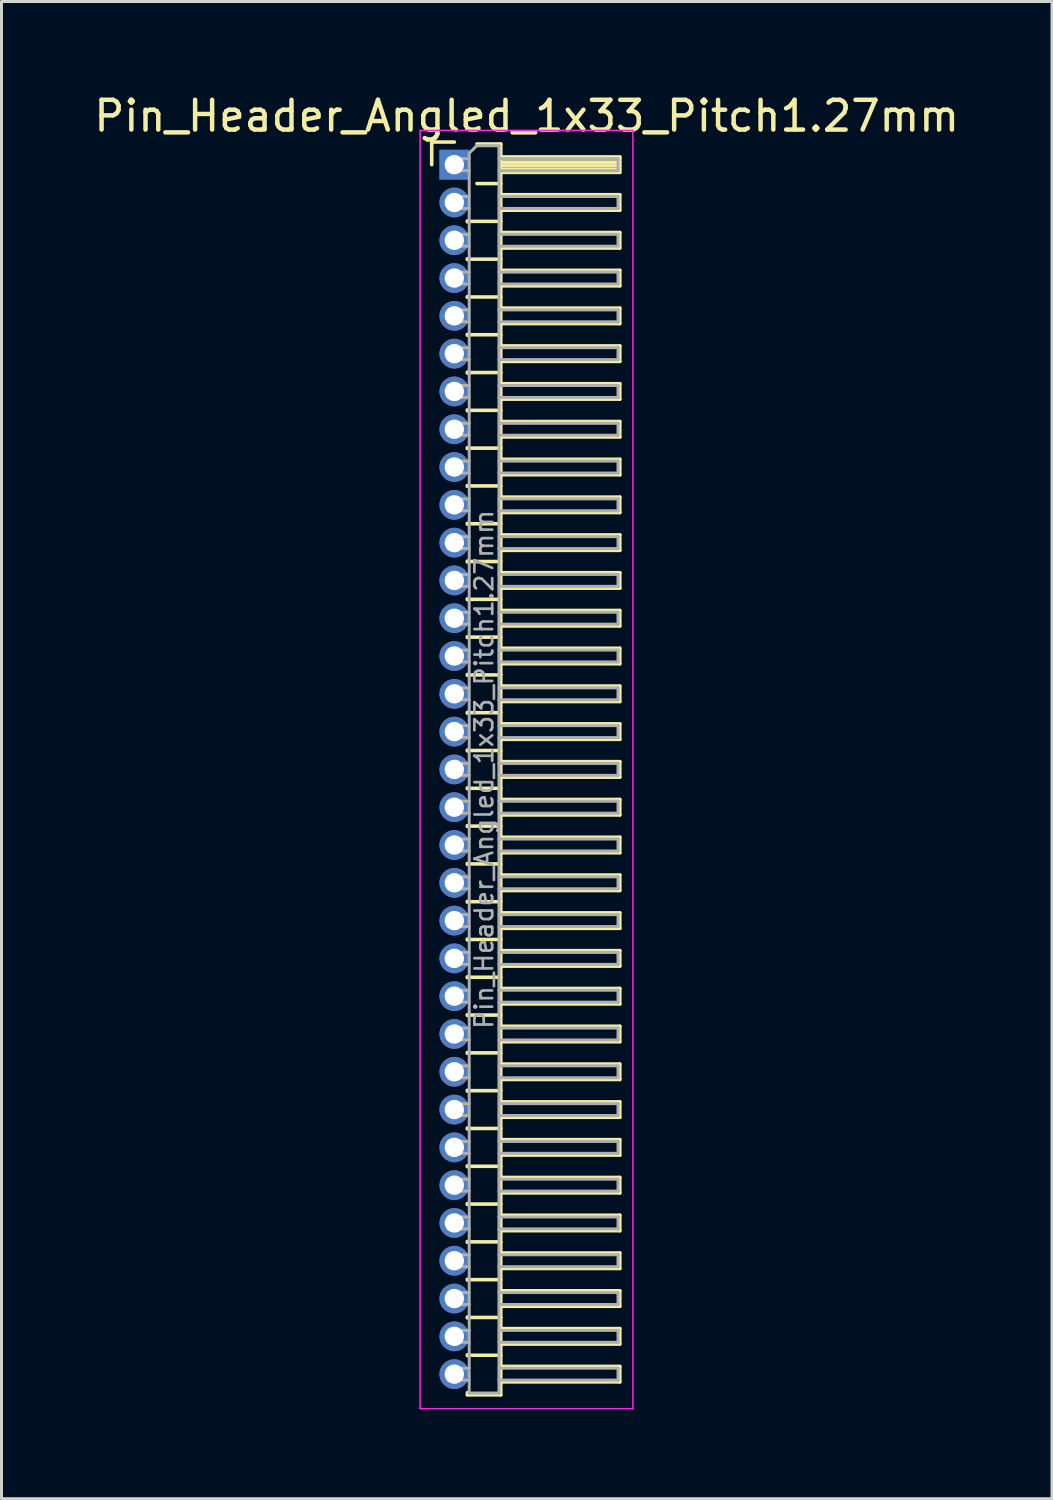
<source format=kicad_pcb>
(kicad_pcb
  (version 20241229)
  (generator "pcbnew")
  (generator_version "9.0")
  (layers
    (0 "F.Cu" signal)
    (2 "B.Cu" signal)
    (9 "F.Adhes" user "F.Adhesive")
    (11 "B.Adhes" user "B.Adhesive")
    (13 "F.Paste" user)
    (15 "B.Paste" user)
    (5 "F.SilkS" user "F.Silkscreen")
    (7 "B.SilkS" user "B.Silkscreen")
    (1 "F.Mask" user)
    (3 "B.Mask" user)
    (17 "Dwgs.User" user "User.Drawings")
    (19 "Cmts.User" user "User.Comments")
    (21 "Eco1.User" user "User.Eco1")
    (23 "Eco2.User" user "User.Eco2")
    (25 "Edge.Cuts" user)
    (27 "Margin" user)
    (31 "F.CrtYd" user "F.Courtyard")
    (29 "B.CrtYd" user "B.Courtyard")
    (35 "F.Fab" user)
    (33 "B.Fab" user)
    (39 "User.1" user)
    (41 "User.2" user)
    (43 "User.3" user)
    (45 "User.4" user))
  (footprint "Pin_Header_Angled_1x33_Pitch1.27mm"
    (layer "F.Cu")
    (at 12.216 2.483)
    (property "Reference" "Pin_Header_Angled_1x33_Pitch1.27mm" (at 2.433 -1.635 0) (layer "F.SilkS") (effects (font (size 1 1) (thickness 0.15))))
    (attr through_hole)
    (fp_line (start -0.76 -0.76) (end 0 -0.76) (stroke (width 0.12) (type solid)) (layer "F.SilkS"))
    (fp_line (start -0.76 0) (end -0.76 -0.76) (stroke (width 0.12) (type solid)) (layer "F.SilkS"))
    (fp_line (start 0.44 1.89) (end 0.44 1.92) (stroke (width 0.12) (type solid)) (layer "F.SilkS"))
    (fp_line (start 0.44 1.905) (end 1.56 1.905) (stroke (width 0.12) (type solid)) (layer "F.SilkS"))
    (fp_line (start 0.44 3.16) (end 0.44 3.19) (stroke (width 0.12) (type solid)) (layer "F.SilkS"))
    (fp_line (start 0.44 3.175) (end 1.56 3.175) (stroke (width 0.12) (type solid)) (layer "F.SilkS"))
    (fp_line (start 0.44 4.43) (end 0.44 4.46) (stroke (width 0.12) (type solid)) (layer "F.SilkS"))
    (fp_line (start 0.44 4.445) (end 1.56 4.445) (stroke (width 0.12) (type solid)) (layer "F.SilkS"))
    (fp_line (start 0.44 5.7) (end 0.44 5.73) (stroke (width 0.12) (type solid)) (layer "F.SilkS"))
    (fp_line (start 0.44 5.715) (end 1.56 5.715) (stroke (width 0.12) (type solid)) (layer "F.SilkS"))
    (fp_line (start 0.44 6.97) (end 0.44 7) (stroke (width 0.12) (type solid)) (layer "F.SilkS"))
    (fp_line (start 0.44 6.985) (end 1.56 6.985) (stroke (width 0.12) (type solid)) (layer "F.SilkS"))
    (fp_line (start 0.44 8.24) (end 0.44 8.27) (stroke (width 0.12) (type solid)) (layer "F.SilkS"))
    (fp_line (start 0.44 8.255) (end 1.56 8.255) (stroke (width 0.12) (type solid)) (layer "F.SilkS"))
    (fp_line (start 0.44 9.51) (end 0.44 9.54) (stroke (width 0.12) (type solid)) (layer "F.SilkS"))
    (fp_line (start 0.44 9.525) (end 1.56 9.525) (stroke (width 0.12) (type solid)) (layer "F.SilkS"))
    (fp_line (start 0.44 10.78) (end 0.44 10.81) (stroke (width 0.12) (type solid)) (layer "F.SilkS"))
    (fp_line (start 0.44 10.795) (end 1.56 10.795) (stroke (width 0.12) (type solid)) (layer "F.SilkS"))
    (fp_line (start 0.44 12.05) (end 0.44 12.08) (stroke (width 0.12) (type solid)) (layer "F.SilkS"))
    (fp_line (start 0.44 12.065) (end 1.56 12.065) (stroke (width 0.12) (type solid)) (layer "F.SilkS"))
    (fp_line (start 0.44 13.32) (end 0.44 13.35) (stroke (width 0.12) (type solid)) (layer "F.SilkS"))
    (fp_line (start 0.44 13.335) (end 1.56 13.335) (stroke (width 0.12) (type solid)) (layer "F.SilkS"))
    (fp_line (start 0.44 14.59) (end 0.44 14.62) (stroke (width 0.12) (type solid)) (layer "F.SilkS"))
    (fp_line (start 0.44 14.605) (end 1.56 14.605) (stroke (width 0.12) (type solid)) (layer "F.SilkS"))
    (fp_line (start 0.44 15.86) (end 0.44 15.89) (stroke (width 0.12) (type solid)) (layer "F.SilkS"))
    (fp_line (start 0.44 15.875) (end 1.56 15.875) (stroke (width 0.12) (type solid)) (layer "F.SilkS"))
    (fp_line (start 0.44 17.13) (end 0.44 17.16) (stroke (width 0.12) (type solid)) (layer "F.SilkS"))
    (fp_line (start 0.44 17.145) (end 1.56 17.145) (stroke (width 0.12) (type solid)) (layer "F.SilkS"))
    (fp_line (start 0.44 18.4) (end 0.44 18.43) (stroke (width 0.12) (type solid)) (layer "F.SilkS"))
    (fp_line (start 0.44 18.415) (end 1.56 18.415) (stroke (width 0.12) (type solid)) (layer "F.SilkS"))
    (fp_line (start 0.44 19.67) (end 0.44 19.7) (stroke (width 0.12) (type solid)) (layer "F.SilkS"))
    (fp_line (start 0.44 19.685) (end 1.56 19.685) (stroke (width 0.12) (type solid)) (layer "F.SilkS"))
    (fp_line (start 0.44 20.94) (end 0.44 20.97) (stroke (width 0.12) (type solid)) (layer "F.SilkS"))
    (fp_line (start 0.44 20.955) (end 1.56 20.955) (stroke (width 0.12) (type solid)) (layer "F.SilkS"))
    (fp_line (start 0.44 22.21) (end 0.44 22.24) (stroke (width 0.12) (type solid)) (layer "F.SilkS"))
    (fp_line (start 0.44 22.225) (end 1.56 22.225) (stroke (width 0.12) (type solid)) (layer "F.SilkS"))
    (fp_line (start 0.44 23.48) (end 0.44 23.51) (stroke (width 0.12) (type solid)) (layer "F.SilkS"))
    (fp_line (start 0.44 23.495) (end 1.56 23.495) (stroke (width 0.12) (type solid)) (layer "F.SilkS"))
    (fp_line (start 0.44 24.75) (end 0.44 24.78) (stroke (width 0.12) (type solid)) (layer "F.SilkS"))
    (fp_line (start 0.44 24.765) (end 1.56 24.765) (stroke (width 0.12) (type solid)) (layer "F.SilkS"))
    (fp_line (start 0.44 26.02) (end 0.44 26.05) (stroke (width 0.12) (type solid)) (layer "F.SilkS"))
    (fp_line (start 0.44 26.035) (end 1.56 26.035) (stroke (width 0.12) (type solid)) (layer "F.SilkS"))
    (fp_line (start 0.44 27.29) (end 0.44 27.32) (stroke (width 0.12) (type solid)) (layer "F.SilkS"))
    (fp_line (start 0.44 27.305) (end 1.56 27.305) (stroke (width 0.12) (type solid)) (layer "F.SilkS"))
    (fp_line (start 0.44 28.56) (end 0.44 28.59) (stroke (width 0.12) (type solid)) (layer "F.SilkS"))
    (fp_line (start 0.44 28.575) (end 1.56 28.575) (stroke (width 0.12) (type solid)) (layer "F.SilkS"))
    (fp_line (start 0.44 29.83) (end 0.44 29.86) (stroke (width 0.12) (type solid)) (layer "F.SilkS"))
    (fp_line (start 0.44 29.845) (end 1.56 29.845) (stroke (width 0.12) (type solid)) (layer "F.SilkS"))
    (fp_line (start 0.44 31.1) (end 0.44 31.13) (stroke (width 0.12) (type solid)) (layer "F.SilkS"))
    (fp_line (start 0.44 31.115) (end 1.56 31.115) (stroke (width 0.12) (type solid)) (layer "F.SilkS"))
    (fp_line (start 0.44 32.37) (end 0.44 32.4) (stroke (width 0.12) (type solid)) (layer "F.SilkS"))
    (fp_line (start 0.44 32.385) (end 1.56 32.385) (stroke (width 0.12) (type solid)) (layer "F.SilkS"))
    (fp_line (start 0.44 33.64) (end 0.44 33.67) (stroke (width 0.12) (type solid)) (layer "F.SilkS"))
    (fp_line (start 0.44 33.655) (end 1.56 33.655) (stroke (width 0.12) (type solid)) (layer "F.SilkS"))
    (fp_line (start 0.44 34.91) (end 0.44 34.94) (stroke (width 0.12) (type solid)) (layer "F.SilkS"))
    (fp_line (start 0.44 34.925) (end 1.56 34.925) (stroke (width 0.12) (type solid)) (layer "F.SilkS"))
    (fp_line (start 0.44 36.18) (end 0.44 36.21) (stroke (width 0.12) (type solid)) (layer "F.SilkS"))
    (fp_line (start 0.44 36.195) (end 1.56 36.195) (stroke (width 0.12) (type solid)) (layer "F.SilkS"))
    (fp_line (start 0.44 37.45) (end 0.44 37.48) (stroke (width 0.12) (type solid)) (layer "F.SilkS"))
    (fp_line (start 0.44 37.465) (end 1.56 37.465) (stroke (width 0.12) (type solid)) (layer "F.SilkS"))
    (fp_line (start 0.44 38.72) (end 0.44 38.75) (stroke (width 0.12) (type solid)) (layer "F.SilkS"))
    (fp_line (start 0.44 38.735) (end 1.56 38.735) (stroke (width 0.12) (type solid)) (layer "F.SilkS"))
    (fp_line (start 0.44 39.99) (end 0.44 40.02) (stroke (width 0.12) (type solid)) (layer "F.SilkS"))
    (fp_line (start 0.44 40.005) (end 1.56 40.005) (stroke (width 0.12) (type solid)) (layer "F.SilkS"))
    (fp_line (start 0.44 41.335) (end 0.44 41.26) (stroke (width 0.12) (type solid)) (layer "F.SilkS"))
    (fp_line (start 0.76 -0.695) (end 1.56 -0.695) (stroke (width 0.12) (type solid)) (layer "F.SilkS"))
    (fp_line (start 0.76 0.635) (end 1.56 0.635) (stroke (width 0.12) (type solid)) (layer "F.SilkS"))
    (fp_line (start 1.56 -0.695) (end 1.56 41.335) (stroke (width 0.12) (type solid)) (layer "F.SilkS"))
    (fp_line (start 1.56 -0.26) (end 5.56 -0.26) (stroke (width 0.12) (type solid)) (layer "F.SilkS"))
    (fp_line (start 1.56 -0.2) (end 5.56 -0.2) (stroke (width 0.12) (type solid)) (layer "F.SilkS"))
    (fp_line (start 1.56 -0.08) (end 5.56 -0.08) (stroke (width 0.12) (type solid)) (layer "F.SilkS"))
    (fp_line (start 1.56 0.04) (end 5.56 0.04) (stroke (width 0.12) (type solid)) (layer "F.SilkS"))
    (fp_line (start 1.56 0.16) (end 5.56 0.16) (stroke (width 0.12) (type solid)) (layer "F.SilkS"))
    (fp_line (start 1.56 1.01) (end 5.56 1.01) (stroke (width 0.12) (type solid)) (layer "F.SilkS"))
    (fp_line (start 1.56 2.28) (end 5.56 2.28) (stroke (width 0.12) (type solid)) (layer "F.SilkS"))
    (fp_line (start 1.56 3.55) (end 5.56 3.55) (stroke (width 0.12) (type solid)) (layer "F.SilkS"))
    (fp_line (start 1.56 4.82) (end 5.56 4.82) (stroke (width 0.12) (type solid)) (layer "F.SilkS"))
    (fp_line (start 1.56 6.09) (end 5.56 6.09) (stroke (width 0.12) (type solid)) (layer "F.SilkS"))
    (fp_line (start 1.56 7.36) (end 5.56 7.36) (stroke (width 0.12) (type solid)) (layer "F.SilkS"))
    (fp_line (start 1.56 8.63) (end 5.56 8.63) (stroke (width 0.12) (type solid)) (layer "F.SilkS"))
    (fp_line (start 1.56 9.9) (end 5.56 9.9) (stroke (width 0.12) (type solid)) (layer "F.SilkS"))
    (fp_line (start 1.56 11.17) (end 5.56 11.17) (stroke (width 0.12) (type solid)) (layer "F.SilkS"))
    (fp_line (start 1.56 12.44) (end 5.56 12.44) (stroke (width 0.12) (type solid)) (layer "F.SilkS"))
    (fp_line (start 1.56 13.71) (end 5.56 13.71) (stroke (width 0.12) (type solid)) (layer "F.SilkS"))
    (fp_line (start 1.56 14.98) (end 5.56 14.98) (stroke (width 0.12) (type solid)) (layer "F.SilkS"))
    (fp_line (start 1.56 16.25) (end 5.56 16.25) (stroke (width 0.12) (type solid)) (layer "F.SilkS"))
    (fp_line (start 1.56 17.52) (end 5.56 17.52) (stroke (width 0.12) (type solid)) (layer "F.SilkS"))
    (fp_line (start 1.56 18.79) (end 5.56 18.79) (stroke (width 0.12) (type solid)) (layer "F.SilkS"))
    (fp_line (start 1.56 20.06) (end 5.56 20.06) (stroke (width 0.12) (type solid)) (layer "F.SilkS"))
    (fp_line (start 1.56 21.33) (end 5.56 21.33) (stroke (width 0.12) (type solid)) (layer "F.SilkS"))
    (fp_line (start 1.56 22.6) (end 5.56 22.6) (stroke (width 0.12) (type solid)) (layer "F.SilkS"))
    (fp_line (start 1.56 23.87) (end 5.56 23.87) (stroke (width 0.12) (type solid)) (layer "F.SilkS"))
    (fp_line (start 1.56 25.14) (end 5.56 25.14) (stroke (width 0.12) (type solid)) (layer "F.SilkS"))
    (fp_line (start 1.56 26.41) (end 5.56 26.41) (stroke (width 0.12) (type solid)) (layer "F.SilkS"))
    (fp_line (start 1.56 27.68) (end 5.56 27.68) (stroke (width 0.12) (type solid)) (layer "F.SilkS"))
    (fp_line (start 1.56 28.95) (end 5.56 28.95) (stroke (width 0.12) (type solid)) (layer "F.SilkS"))
    (fp_line (start 1.56 30.22) (end 5.56 30.22) (stroke (width 0.12) (type solid)) (layer "F.SilkS"))
    (fp_line (start 1.56 31.49) (end 5.56 31.49) (stroke (width 0.12) (type solid)) (layer "F.SilkS"))
    (fp_line (start 1.56 32.76) (end 5.56 32.76) (stroke (width 0.12) (type solid)) (layer "F.SilkS"))
    (fp_line (start 1.56 34.03) (end 5.56 34.03) (stroke (width 0.12) (type solid)) (layer "F.SilkS"))
    (fp_line (start 1.56 35.3) (end 5.56 35.3) (stroke (width 0.12) (type solid)) (layer "F.SilkS"))
    (fp_line (start 1.56 36.57) (end 5.56 36.57) (stroke (width 0.12) (type solid)) (layer "F.SilkS"))
    (fp_line (start 1.56 37.84) (end 5.56 37.84) (stroke (width 0.12) (type solid)) (layer "F.SilkS"))
    (fp_line (start 1.56 39.11) (end 5.56 39.11) (stroke (width 0.12) (type solid)) (layer "F.SilkS"))
    (fp_line (start 1.56 40.38) (end 5.56 40.38) (stroke (width 0.12) (type solid)) (layer "F.SilkS"))
    (fp_line (start 1.56 41.335) (end 0.44 41.335) (stroke (width 0.12) (type solid)) (layer "F.SilkS"))
    (fp_line (start 5.56 -0.26) (end 5.56 0.26) (stroke (width 0.12) (type solid)) (layer "F.SilkS"))
    (fp_line (start 5.56 0.26) (end 1.56 0.26) (stroke (width 0.12) (type solid)) (layer "F.SilkS"))
    (fp_line (start 5.56 1.01) (end 5.56 1.53) (stroke (width 0.12) (type solid)) (layer "F.SilkS"))
    (fp_line (start 5.56 1.53) (end 1.56 1.53) (stroke (width 0.12) (type solid)) (layer "F.SilkS"))
    (fp_line (start 5.56 2.28) (end 5.56 2.8) (stroke (width 0.12) (type solid)) (layer "F.SilkS"))
    (fp_line (start 5.56 2.8) (end 1.56 2.8) (stroke (width 0.12) (type solid)) (layer "F.SilkS"))
    (fp_line (start 5.56 3.55) (end 5.56 4.07) (stroke (width 0.12) (type solid)) (layer "F.SilkS"))
    (fp_line (start 5.56 4.07) (end 1.56 4.07) (stroke (width 0.12) (type solid)) (layer "F.SilkS"))
    (fp_line (start 5.56 4.82) (end 5.56 5.34) (stroke (width 0.12) (type solid)) (layer "F.SilkS"))
    (fp_line (start 5.56 5.34) (end 1.56 5.34) (stroke (width 0.12) (type solid)) (layer "F.SilkS"))
    (fp_line (start 5.56 6.09) (end 5.56 6.61) (stroke (width 0.12) (type solid)) (layer "F.SilkS"))
    (fp_line (start 5.56 6.61) (end 1.56 6.61) (stroke (width 0.12) (type solid)) (layer "F.SilkS"))
    (fp_line (start 5.56 7.36) (end 5.56 7.88) (stroke (width 0.12) (type solid)) (layer "F.SilkS"))
    (fp_line (start 5.56 7.88) (end 1.56 7.88) (stroke (width 0.12) (type solid)) (layer "F.SilkS"))
    (fp_line (start 5.56 8.63) (end 5.56 9.15) (stroke (width 0.12) (type solid)) (layer "F.SilkS"))
    (fp_line (start 5.56 9.15) (end 1.56 9.15) (stroke (width 0.12) (type solid)) (layer "F.SilkS"))
    (fp_line (start 5.56 9.9) (end 5.56 10.42) (stroke (width 0.12) (type solid)) (layer "F.SilkS"))
    (fp_line (start 5.56 10.42) (end 1.56 10.42) (stroke (width 0.12) (type solid)) (layer "F.SilkS"))
    (fp_line (start 5.56 11.17) (end 5.56 11.69) (stroke (width 0.12) (type solid)) (layer "F.SilkS"))
    (fp_line (start 5.56 11.69) (end 1.56 11.69) (stroke (width 0.12) (type solid)) (layer "F.SilkS"))
    (fp_line (start 5.56 12.44) (end 5.56 12.96) (stroke (width 0.12) (type solid)) (layer "F.SilkS"))
    (fp_line (start 5.56 12.96) (end 1.56 12.96) (stroke (width 0.12) (type solid)) (layer "F.SilkS"))
    (fp_line (start 5.56 13.71) (end 5.56 14.23) (stroke (width 0.12) (type solid)) (layer "F.SilkS"))
    (fp_line (start 5.56 14.23) (end 1.56 14.23) (stroke (width 0.12) (type solid)) (layer "F.SilkS"))
    (fp_line (start 5.56 14.98) (end 5.56 15.5) (stroke (width 0.12) (type solid)) (layer "F.SilkS"))
    (fp_line (start 5.56 15.5) (end 1.56 15.5) (stroke (width 0.12) (type solid)) (layer "F.SilkS"))
    (fp_line (start 5.56 16.25) (end 5.56 16.77) (stroke (width 0.12) (type solid)) (layer "F.SilkS"))
    (fp_line (start 5.56 16.77) (end 1.56 16.77) (stroke (width 0.12) (type solid)) (layer "F.SilkS"))
    (fp_line (start 5.56 17.52) (end 5.56 18.04) (stroke (width 0.12) (type solid)) (layer "F.SilkS"))
    (fp_line (start 5.56 18.04) (end 1.56 18.04) (stroke (width 0.12) (type solid)) (layer "F.SilkS"))
    (fp_line (start 5.56 18.79) (end 5.56 19.31) (stroke (width 0.12) (type solid)) (layer "F.SilkS"))
    (fp_line (start 5.56 19.31) (end 1.56 19.31) (stroke (width 0.12) (type solid)) (layer "F.SilkS"))
    (fp_line (start 5.56 20.06) (end 5.56 20.58) (stroke (width 0.12) (type solid)) (layer "F.SilkS"))
    (fp_line (start 5.56 20.58) (end 1.56 20.58) (stroke (width 0.12) (type solid)) (layer "F.SilkS"))
    (fp_line (start 5.56 21.33) (end 5.56 21.85) (stroke (width 0.12) (type solid)) (layer "F.SilkS"))
    (fp_line (start 5.56 21.85) (end 1.56 21.85) (stroke (width 0.12) (type solid)) (layer "F.SilkS"))
    (fp_line (start 5.56 22.6) (end 5.56 23.12) (stroke (width 0.12) (type solid)) (layer "F.SilkS"))
    (fp_line (start 5.56 23.12) (end 1.56 23.12) (stroke (width 0.12) (type solid)) (layer "F.SilkS"))
    (fp_line (start 5.56 23.87) (end 5.56 24.39) (stroke (width 0.12) (type solid)) (layer "F.SilkS"))
    (fp_line (start 5.56 24.39) (end 1.56 24.39) (stroke (width 0.12) (type solid)) (layer "F.SilkS"))
    (fp_line (start 5.56 25.14) (end 5.56 25.66) (stroke (width 0.12) (type solid)) (layer "F.SilkS"))
    (fp_line (start 5.56 25.66) (end 1.56 25.66) (stroke (width 0.12) (type solid)) (layer "F.SilkS"))
    (fp_line (start 5.56 26.41) (end 5.56 26.93) (stroke (width 0.12) (type solid)) (layer "F.SilkS"))
    (fp_line (start 5.56 26.93) (end 1.56 26.93) (stroke (width 0.12) (type solid)) (layer "F.SilkS"))
    (fp_line (start 5.56 27.68) (end 5.56 28.2) (stroke (width 0.12) (type solid)) (layer "F.SilkS"))
    (fp_line (start 5.56 28.2) (end 1.56 28.2) (stroke (width 0.12) (type solid)) (layer "F.SilkS"))
    (fp_line (start 5.56 28.95) (end 5.56 29.47) (stroke (width 0.12) (type solid)) (layer "F.SilkS"))
    (fp_line (start 5.56 29.47) (end 1.56 29.47) (stroke (width 0.12) (type solid)) (layer "F.SilkS"))
    (fp_line (start 5.56 30.22) (end 5.56 30.74) (stroke (width 0.12) (type solid)) (layer "F.SilkS"))
    (fp_line (start 5.56 30.74) (end 1.56 30.74) (stroke (width 0.12) (type solid)) (layer "F.SilkS"))
    (fp_line (start 5.56 31.49) (end 5.56 32.01) (stroke (width 0.12) (type solid)) (layer "F.SilkS"))
    (fp_line (start 5.56 32.01) (end 1.56 32.01) (stroke (width 0.12) (type solid)) (layer "F.SilkS"))
    (fp_line (start 5.56 32.76) (end 5.56 33.28) (stroke (width 0.12) (type solid)) (layer "F.SilkS"))
    (fp_line (start 5.56 33.28) (end 1.56 33.28) (stroke (width 0.12) (type solid)) (layer "F.SilkS"))
    (fp_line (start 5.56 34.03) (end 5.56 34.55) (stroke (width 0.12) (type solid)) (layer "F.SilkS"))
    (fp_line (start 5.56 34.55) (end 1.56 34.55) (stroke (width 0.12) (type solid)) (layer "F.SilkS"))
    (fp_line (start 5.56 35.3) (end 5.56 35.82) (stroke (width 0.12) (type solid)) (layer "F.SilkS"))
    (fp_line (start 5.56 35.82) (end 1.56 35.82) (stroke (width 0.12) (type solid)) (layer "F.SilkS"))
    (fp_line (start 5.56 36.57) (end 5.56 37.09) (stroke (width 0.12) (type solid)) (layer "F.SilkS"))
    (fp_line (start 5.56 37.09) (end 1.56 37.09) (stroke (width 0.12) (type solid)) (layer "F.SilkS"))
    (fp_line (start 5.56 37.84) (end 5.56 38.36) (stroke (width 0.12) (type solid)) (layer "F.SilkS"))
    (fp_line (start 5.56 38.36) (end 1.56 38.36) (stroke (width 0.12) (type solid)) (layer "F.SilkS"))
    (fp_line (start 5.56 39.11) (end 5.56 39.63) (stroke (width 0.12) (type solid)) (layer "F.SilkS"))
    (fp_line (start 5.56 39.63) (end 1.56 39.63) (stroke (width 0.12) (type solid)) (layer "F.SilkS"))
    (fp_line (start 5.56 40.38) (end 5.56 40.9) (stroke (width 0.12) (type solid)) (layer "F.SilkS"))
    (fp_line (start 5.56 40.9) (end 1.56 40.9) (stroke (width 0.12) (type solid)) (layer "F.SilkS"))
    (fp_line (start -1.15 -1.15) (end -1.15 41.8) (stroke (width 0.05) (type solid)) (layer "F.CrtYd"))
    (fp_line (start -1.15 41.8) (end 6 41.8) (stroke (width 0.05) (type solid)) (layer "F.CrtYd"))
    (fp_line (start 6 -1.15) (end -1.15 -1.15) (stroke (width 0.05) (type solid)) (layer "F.CrtYd"))
    (fp_line (start 6 41.8) (end 6 -1.15) (stroke (width 0.05) (type solid)) (layer "F.CrtYd"))
    (fp_line (start -0.2 -0.2) (end -0.2 0.2) (stroke (width 0.1) (type solid)) (layer "F.Fab"))
    (fp_line (start -0.2 -0.2) (end 0.5 -0.2) (stroke (width 0.1) (type solid)) (layer "F.Fab"))
    (fp_line (start -0.2 0.2) (end 0.5 0.2) (stroke (width 0.1) (type solid)) (layer "F.Fab"))
    (fp_line (start -0.2 1.07) (end -0.2 1.47) (stroke (width 0.1) (type solid)) (layer "F.Fab"))
    (fp_line (start -0.2 1.07) (end 0.5 1.07) (stroke (width 0.1) (type solid)) (layer "F.Fab"))
    (fp_line (start -0.2 1.47) (end 0.5 1.47) (stroke (width 0.1) (type solid)) (layer "F.Fab"))
    (fp_line (start -0.2 2.34) (end -0.2 2.74) (stroke (width 0.1) (type solid)) (layer "F.Fab"))
    (fp_line (start -0.2 2.34) (end 0.5 2.34) (stroke (width 0.1) (type solid)) (layer "F.Fab"))
    (fp_line (start -0.2 2.74) (end 0.5 2.74) (stroke (width 0.1) (type solid)) (layer "F.Fab"))
    (fp_line (start -0.2 3.61) (end -0.2 4.01) (stroke (width 0.1) (type solid)) (layer "F.Fab"))
    (fp_line (start -0.2 3.61) (end 0.5 3.61) (stroke (width 0.1) (type solid)) (layer "F.Fab"))
    (fp_line (start -0.2 4.01) (end 0.5 4.01) (stroke (width 0.1) (type solid)) (layer "F.Fab"))
    (fp_line (start -0.2 4.88) (end -0.2 5.28) (stroke (width 0.1) (type solid)) (layer "F.Fab"))
    (fp_line (start -0.2 4.88) (end 0.5 4.88) (stroke (width 0.1) (type solid)) (layer "F.Fab"))
    (fp_line (start -0.2 5.28) (end 0.5 5.28) (stroke (width 0.1) (type solid)) (layer "F.Fab"))
    (fp_line (start -0.2 6.15) (end -0.2 6.55) (stroke (width 0.1) (type solid)) (layer "F.Fab"))
    (fp_line (start -0.2 6.15) (end 0.5 6.15) (stroke (width 0.1) (type solid)) (layer "F.Fab"))
    (fp_line (start -0.2 6.55) (end 0.5 6.55) (stroke (width 0.1) (type solid)) (layer "F.Fab"))
    (fp_line (start -0.2 7.42) (end -0.2 7.82) (stroke (width 0.1) (type solid)) (layer "F.Fab"))
    (fp_line (start -0.2 7.42) (end 0.5 7.42) (stroke (width 0.1) (type solid)) (layer "F.Fab"))
    (fp_line (start -0.2 7.82) (end 0.5 7.82) (stroke (width 0.1) (type solid)) (layer "F.Fab"))
    (fp_line (start -0.2 8.69) (end -0.2 9.09) (stroke (width 0.1) (type solid)) (layer "F.Fab"))
    (fp_line (start -0.2 8.69) (end 0.5 8.69) (stroke (width 0.1) (type solid)) (layer "F.Fab"))
    (fp_line (start -0.2 9.09) (end 0.5 9.09) (stroke (width 0.1) (type solid)) (layer "F.Fab"))
    (fp_line (start -0.2 9.96) (end -0.2 10.36) (stroke (width 0.1) (type solid)) (layer "F.Fab"))
    (fp_line (start -0.2 9.96) (end 0.5 9.96) (stroke (width 0.1) (type solid)) (layer "F.Fab"))
    (fp_line (start -0.2 10.36) (end 0.5 10.36) (stroke (width 0.1) (type solid)) (layer "F.Fab"))
    (fp_line (start -0.2 11.23) (end -0.2 11.63) (stroke (width 0.1) (type solid)) (layer "F.Fab"))
    (fp_line (start -0.2 11.23) (end 0.5 11.23) (stroke (width 0.1) (type solid)) (layer "F.Fab"))
    (fp_line (start -0.2 11.63) (end 0.5 11.63) (stroke (width 0.1) (type solid)) (layer "F.Fab"))
    (fp_line (start -0.2 12.5) (end -0.2 12.9) (stroke (width 0.1) (type solid)) (layer "F.Fab"))
    (fp_line (start -0.2 12.5) (end 0.5 12.5) (stroke (width 0.1) (type solid)) (layer "F.Fab"))
    (fp_line (start -0.2 12.9) (end 0.5 12.9) (stroke (width 0.1) (type solid)) (layer "F.Fab"))
    (fp_line (start -0.2 13.77) (end -0.2 14.17) (stroke (width 0.1) (type solid)) (layer "F.Fab"))
    (fp_line (start -0.2 13.77) (end 0.5 13.77) (stroke (width 0.1) (type solid)) (layer "F.Fab"))
    (fp_line (start -0.2 14.17) (end 0.5 14.17) (stroke (width 0.1) (type solid)) (layer "F.Fab"))
    (fp_line (start -0.2 15.04) (end -0.2 15.44) (stroke (width 0.1) (type solid)) (layer "F.Fab"))
    (fp_line (start -0.2 15.04) (end 0.5 15.04) (stroke (width 0.1) (type solid)) (layer "F.Fab"))
    (fp_line (start -0.2 15.44) (end 0.5 15.44) (stroke (width 0.1) (type solid)) (layer "F.Fab"))
    (fp_line (start -0.2 16.31) (end -0.2 16.71) (stroke (width 0.1) (type solid)) (layer "F.Fab"))
    (fp_line (start -0.2 16.31) (end 0.5 16.31) (stroke (width 0.1) (type solid)) (layer "F.Fab"))
    (fp_line (start -0.2 16.71) (end 0.5 16.71) (stroke (width 0.1) (type solid)) (layer "F.Fab"))
    (fp_line (start -0.2 17.58) (end -0.2 17.98) (stroke (width 0.1) (type solid)) (layer "F.Fab"))
    (fp_line (start -0.2 17.58) (end 0.5 17.58) (stroke (width 0.1) (type solid)) (layer "F.Fab"))
    (fp_line (start -0.2 17.98) (end 0.5 17.98) (stroke (width 0.1) (type solid)) (layer "F.Fab"))
    (fp_line (start -0.2 18.85) (end -0.2 19.25) (stroke (width 0.1) (type solid)) (layer "F.Fab"))
    (fp_line (start -0.2 18.85) (end 0.5 18.85) (stroke (width 0.1) (type solid)) (layer "F.Fab"))
    (fp_line (start -0.2 19.25) (end 0.5 19.25) (stroke (width 0.1) (type solid)) (layer "F.Fab"))
    (fp_line (start -0.2 20.12) (end -0.2 20.52) (stroke (width 0.1) (type solid)) (layer "F.Fab"))
    (fp_line (start -0.2 20.12) (end 0.5 20.12) (stroke (width 0.1) (type solid)) (layer "F.Fab"))
    (fp_line (start -0.2 20.52) (end 0.5 20.52) (stroke (width 0.1) (type solid)) (layer "F.Fab"))
    (fp_line (start -0.2 21.39) (end -0.2 21.79) (stroke (width 0.1) (type solid)) (layer "F.Fab"))
    (fp_line (start -0.2 21.39) (end 0.5 21.39) (stroke (width 0.1) (type solid)) (layer "F.Fab"))
    (fp_line (start -0.2 21.79) (end 0.5 21.79) (stroke (width 0.1) (type solid)) (layer "F.Fab"))
    (fp_line (start -0.2 22.66) (end -0.2 23.06) (stroke (width 0.1) (type solid)) (layer "F.Fab"))
    (fp_line (start -0.2 22.66) (end 0.5 22.66) (stroke (width 0.1) (type solid)) (layer "F.Fab"))
    (fp_line (start -0.2 23.06) (end 0.5 23.06) (stroke (width 0.1) (type solid)) (layer "F.Fab"))
    (fp_line (start -0.2 23.93) (end -0.2 24.33) (stroke (width 0.1) (type solid)) (layer "F.Fab"))
    (fp_line (start -0.2 23.93) (end 0.5 23.93) (stroke (width 0.1) (type solid)) (layer "F.Fab"))
    (fp_line (start -0.2 24.33) (end 0.5 24.33) (stroke (width 0.1) (type solid)) (layer "F.Fab"))
    (fp_line (start -0.2 25.2) (end -0.2 25.6) (stroke (width 0.1) (type solid)) (layer "F.Fab"))
    (fp_line (start -0.2 25.2) (end 0.5 25.2) (stroke (width 0.1) (type solid)) (layer "F.Fab"))
    (fp_line (start -0.2 25.6) (end 0.5 25.6) (stroke (width 0.1) (type solid)) (layer "F.Fab"))
    (fp_line (start -0.2 26.47) (end -0.2 26.87) (stroke (width 0.1) (type solid)) (layer "F.Fab"))
    (fp_line (start -0.2 26.47) (end 0.5 26.47) (stroke (width 0.1) (type solid)) (layer "F.Fab"))
    (fp_line (start -0.2 26.87) (end 0.5 26.87) (stroke (width 0.1) (type solid)) (layer "F.Fab"))
    (fp_line (start -0.2 27.74) (end -0.2 28.14) (stroke (width 0.1) (type solid)) (layer "F.Fab"))
    (fp_line (start -0.2 27.74) (end 0.5 27.74) (stroke (width 0.1) (type solid)) (layer "F.Fab"))
    (fp_line (start -0.2 28.14) (end 0.5 28.14) (stroke (width 0.1) (type solid)) (layer "F.Fab"))
    (fp_line (start -0.2 29.01) (end -0.2 29.41) (stroke (width 0.1) (type solid)) (layer "F.Fab"))
    (fp_line (start -0.2 29.01) (end 0.5 29.01) (stroke (width 0.1) (type solid)) (layer "F.Fab"))
    (fp_line (start -0.2 29.41) (end 0.5 29.41) (stroke (width 0.1) (type solid)) (layer "F.Fab"))
    (fp_line (start -0.2 30.28) (end -0.2 30.68) (stroke (width 0.1) (type solid)) (layer "F.Fab"))
    (fp_line (start -0.2 30.28) (end 0.5 30.28) (stroke (width 0.1) (type solid)) (layer "F.Fab"))
    (fp_line (start -0.2 30.68) (end 0.5 30.68) (stroke (width 0.1) (type solid)) (layer "F.Fab"))
    (fp_line (start -0.2 31.55) (end -0.2 31.95) (stroke (width 0.1) (type solid)) (layer "F.Fab"))
    (fp_line (start -0.2 31.55) (end 0.5 31.55) (stroke (width 0.1) (type solid)) (layer "F.Fab"))
    (fp_line (start -0.2 31.95) (end 0.5 31.95) (stroke (width 0.1) (type solid)) (layer "F.Fab"))
    (fp_line (start -0.2 32.82) (end -0.2 33.22) (stroke (width 0.1) (type solid)) (layer "F.Fab"))
    (fp_line (start -0.2 32.82) (end 0.5 32.82) (stroke (width 0.1) (type solid)) (layer "F.Fab"))
    (fp_line (start -0.2 33.22) (end 0.5 33.22) (stroke (width 0.1) (type solid)) (layer "F.Fab"))
    (fp_line (start -0.2 34.09) (end -0.2 34.49) (stroke (width 0.1) (type solid)) (layer "F.Fab"))
    (fp_line (start -0.2 34.09) (end 0.5 34.09) (stroke (width 0.1) (type solid)) (layer "F.Fab"))
    (fp_line (start -0.2 34.49) (end 0.5 34.49) (stroke (width 0.1) (type solid)) (layer "F.Fab"))
    (fp_line (start -0.2 35.36) (end -0.2 35.76) (stroke (width 0.1) (type solid)) (layer "F.Fab"))
    (fp_line (start -0.2 35.36) (end 0.5 35.36) (stroke (width 0.1) (type solid)) (layer "F.Fab"))
    (fp_line (start -0.2 35.76) (end 0.5 35.76) (stroke (width 0.1) (type solid)) (layer "F.Fab"))
    (fp_line (start -0.2 36.63) (end -0.2 37.03) (stroke (width 0.1) (type solid)) (layer "F.Fab"))
    (fp_line (start -0.2 36.63) (end 0.5 36.63) (stroke (width 0.1) (type solid)) (layer "F.Fab"))
    (fp_line (start -0.2 37.03) (end 0.5 37.03) (stroke (width 0.1) (type solid)) (layer "F.Fab"))
    (fp_line (start -0.2 37.9) (end -0.2 38.3) (stroke (width 0.1) (type solid)) (layer "F.Fab"))
    (fp_line (start -0.2 37.9) (end 0.5 37.9) (stroke (width 0.1) (type solid)) (layer "F.Fab"))
    (fp_line (start -0.2 38.3) (end 0.5 38.3) (stroke (width 0.1) (type solid)) (layer "F.Fab"))
    (fp_line (start -0.2 39.17) (end -0.2 39.57) (stroke (width 0.1) (type solid)) (layer "F.Fab"))
    (fp_line (start -0.2 39.17) (end 0.5 39.17) (stroke (width 0.1) (type solid)) (layer "F.Fab"))
    (fp_line (start -0.2 39.57) (end 0.5 39.57) (stroke (width 0.1) (type solid)) (layer "F.Fab"))
    (fp_line (start -0.2 40.44) (end -0.2 40.84) (stroke (width 0.1) (type solid)) (layer "F.Fab"))
    (fp_line (start -0.2 40.44) (end 0.5 40.44) (stroke (width 0.1) (type solid)) (layer "F.Fab"))
    (fp_line (start -0.2 40.84) (end 0.5 40.84) (stroke (width 0.1) (type solid)) (layer "F.Fab"))
    (fp_line (start 0.5 -0.385) (end 0.75 -0.635) (stroke (width 0.1) (type solid)) (layer "F.Fab"))
    (fp_line (start 0.5 41.275) (end 0.5 -0.385) (stroke (width 0.1) (type solid)) (layer "F.Fab"))
    (fp_line (start 0.75 -0.635) (end 1.5 -0.635) (stroke (width 0.1) (type solid)) (layer "F.Fab"))
    (fp_line (start 1.5 -0.635) (end 1.5 41.275) (stroke (width 0.1) (type solid)) (layer "F.Fab"))
    (fp_line (start 1.5 -0.2) (end 5.5 -0.2) (stroke (width 0.1) (type solid)) (layer "F.Fab"))
    (fp_line (start 1.5 0.2) (end 5.5 0.2) (stroke (width 0.1) (type solid)) (layer "F.Fab"))
    (fp_line (start 1.5 1.07) (end 5.5 1.07) (stroke (width 0.1) (type solid)) (layer "F.Fab"))
    (fp_line (start 1.5 1.47) (end 5.5 1.47) (stroke (width 0.1) (type solid)) (layer "F.Fab"))
    (fp_line (start 1.5 2.34) (end 5.5 2.34) (stroke (width 0.1) (type solid)) (layer "F.Fab"))
    (fp_line (start 1.5 2.74) (end 5.5 2.74) (stroke (width 0.1) (type solid)) (layer "F.Fab"))
    (fp_line (start 1.5 3.61) (end 5.5 3.61) (stroke (width 0.1) (type solid)) (layer "F.Fab"))
    (fp_line (start 1.5 4.01) (end 5.5 4.01) (stroke (width 0.1) (type solid)) (layer "F.Fab"))
    (fp_line (start 1.5 4.88) (end 5.5 4.88) (stroke (width 0.1) (type solid)) (layer "F.Fab"))
    (fp_line (start 1.5 5.28) (end 5.5 5.28) (stroke (width 0.1) (type solid)) (layer "F.Fab"))
    (fp_line (start 1.5 6.15) (end 5.5 6.15) (stroke (width 0.1) (type solid)) (layer "F.Fab"))
    (fp_line (start 1.5 6.55) (end 5.5 6.55) (stroke (width 0.1) (type solid)) (layer "F.Fab"))
    (fp_line (start 1.5 7.42) (end 5.5 7.42) (stroke (width 0.1) (type solid)) (layer "F.Fab"))
    (fp_line (start 1.5 7.82) (end 5.5 7.82) (stroke (width 0.1) (type solid)) (layer "F.Fab"))
    (fp_line (start 1.5 8.69) (end 5.5 8.69) (stroke (width 0.1) (type solid)) (layer "F.Fab"))
    (fp_line (start 1.5 9.09) (end 5.5 9.09) (stroke (width 0.1) (type solid)) (layer "F.Fab"))
    (fp_line (start 1.5 9.96) (end 5.5 9.96) (stroke (width 0.1) (type solid)) (layer "F.Fab"))
    (fp_line (start 1.5 10.36) (end 5.5 10.36) (stroke (width 0.1) (type solid)) (layer "F.Fab"))
    (fp_line (start 1.5 11.23) (end 5.5 11.23) (stroke (width 0.1) (type solid)) (layer "F.Fab"))
    (fp_line (start 1.5 11.63) (end 5.5 11.63) (stroke (width 0.1) (type solid)) (layer "F.Fab"))
    (fp_line (start 1.5 12.5) (end 5.5 12.5) (stroke (width 0.1) (type solid)) (layer "F.Fab"))
    (fp_line (start 1.5 12.9) (end 5.5 12.9) (stroke (width 0.1) (type solid)) (layer "F.Fab"))
    (fp_line (start 1.5 13.77) (end 5.5 13.77) (stroke (width 0.1) (type solid)) (layer "F.Fab"))
    (fp_line (start 1.5 14.17) (end 5.5 14.17) (stroke (width 0.1) (type solid)) (layer "F.Fab"))
    (fp_line (start 1.5 15.04) (end 5.5 15.04) (stroke (width 0.1) (type solid)) (layer "F.Fab"))
    (fp_line (start 1.5 15.44) (end 5.5 15.44) (stroke (width 0.1) (type solid)) (layer "F.Fab"))
    (fp_line (start 1.5 16.31) (end 5.5 16.31) (stroke (width 0.1) (type solid)) (layer "F.Fab"))
    (fp_line (start 1.5 16.71) (end 5.5 16.71) (stroke (width 0.1) (type solid)) (layer "F.Fab"))
    (fp_line (start 1.5 17.58) (end 5.5 17.58) (stroke (width 0.1) (type solid)) (layer "F.Fab"))
    (fp_line (start 1.5 17.98) (end 5.5 17.98) (stroke (width 0.1) (type solid)) (layer "F.Fab"))
    (fp_line (start 1.5 18.85) (end 5.5 18.85) (stroke (width 0.1) (type solid)) (layer "F.Fab"))
    (fp_line (start 1.5 19.25) (end 5.5 19.25) (stroke (width 0.1) (type solid)) (layer "F.Fab"))
    (fp_line (start 1.5 20.12) (end 5.5 20.12) (stroke (width 0.1) (type solid)) (layer "F.Fab"))
    (fp_line (start 1.5 20.52) (end 5.5 20.52) (stroke (width 0.1) (type solid)) (layer "F.Fab"))
    (fp_line (start 1.5 21.39) (end 5.5 21.39) (stroke (width 0.1) (type solid)) (layer "F.Fab"))
    (fp_line (start 1.5 21.79) (end 5.5 21.79) (stroke (width 0.1) (type solid)) (layer "F.Fab"))
    (fp_line (start 1.5 22.66) (end 5.5 22.66) (stroke (width 0.1) (type solid)) (layer "F.Fab"))
    (fp_line (start 1.5 23.06) (end 5.5 23.06) (stroke (width 0.1) (type solid)) (layer "F.Fab"))
    (fp_line (start 1.5 23.93) (end 5.5 23.93) (stroke (width 0.1) (type solid)) (layer "F.Fab"))
    (fp_line (start 1.5 24.33) (end 5.5 24.33) (stroke (width 0.1) (type solid)) (layer "F.Fab"))
    (fp_line (start 1.5 25.2) (end 5.5 25.2) (stroke (width 0.1) (type solid)) (layer "F.Fab"))
    (fp_line (start 1.5 25.6) (end 5.5 25.6) (stroke (width 0.1) (type solid)) (layer "F.Fab"))
    (fp_line (start 1.5 26.47) (end 5.5 26.47) (stroke (width 0.1) (type solid)) (layer "F.Fab"))
    (fp_line (start 1.5 26.87) (end 5.5 26.87) (stroke (width 0.1) (type solid)) (layer "F.Fab"))
    (fp_line (start 1.5 27.74) (end 5.5 27.74) (stroke (width 0.1) (type solid)) (layer "F.Fab"))
    (fp_line (start 1.5 28.14) (end 5.5 28.14) (stroke (width 0.1) (type solid)) (layer "F.Fab"))
    (fp_line (start 1.5 29.01) (end 5.5 29.01) (stroke (width 0.1) (type solid)) (layer "F.Fab"))
    (fp_line (start 1.5 29.41) (end 5.5 29.41) (stroke (width 0.1) (type solid)) (layer "F.Fab"))
    (fp_line (start 1.5 30.28) (end 5.5 30.28) (stroke (width 0.1) (type solid)) (layer "F.Fab"))
    (fp_line (start 1.5 30.68) (end 5.5 30.68) (stroke (width 0.1) (type solid)) (layer "F.Fab"))
    (fp_line (start 1.5 31.55) (end 5.5 31.55) (stroke (width 0.1) (type solid)) (layer "F.Fab"))
    (fp_line (start 1.5 31.95) (end 5.5 31.95) (stroke (width 0.1) (type solid)) (layer "F.Fab"))
    (fp_line (start 1.5 32.82) (end 5.5 32.82) (stroke (width 0.1) (type solid)) (layer "F.Fab"))
    (fp_line (start 1.5 33.22) (end 5.5 33.22) (stroke (width 0.1) (type solid)) (layer "F.Fab"))
    (fp_line (start 1.5 34.09) (end 5.5 34.09) (stroke (width 0.1) (type solid)) (layer "F.Fab"))
    (fp_line (start 1.5 34.49) (end 5.5 34.49) (stroke (width 0.1) (type solid)) (layer "F.Fab"))
    (fp_line (start 1.5 35.36) (end 5.5 35.36) (stroke (width 0.1) (type solid)) (layer "F.Fab"))
    (fp_line (start 1.5 35.76) (end 5.5 35.76) (stroke (width 0.1) (type solid)) (layer "F.Fab"))
    (fp_line (start 1.5 36.63) (end 5.5 36.63) (stroke (width 0.1) (type solid)) (layer "F.Fab"))
    (fp_line (start 1.5 37.03) (end 5.5 37.03) (stroke (width 0.1) (type solid)) (layer "F.Fab"))
    (fp_line (start 1.5 37.9) (end 5.5 37.9) (stroke (width 0.1) (type solid)) (layer "F.Fab"))
    (fp_line (start 1.5 38.3) (end 5.5 38.3) (stroke (width 0.1) (type solid)) (layer "F.Fab"))
    (fp_line (start 1.5 39.17) (end 5.5 39.17) (stroke (width 0.1) (type solid)) (layer "F.Fab"))
    (fp_line (start 1.5 39.57) (end 5.5 39.57) (stroke (width 0.1) (type solid)) (layer "F.Fab"))
    (fp_line (start 1.5 40.44) (end 5.5 40.44) (stroke (width 0.1) (type solid)) (layer "F.Fab"))
    (fp_line (start 1.5 40.84) (end 5.5 40.84) (stroke (width 0.1) (type solid)) (layer "F.Fab"))
    (fp_line (start 1.5 41.275) (end 0.5 41.275) (stroke (width 0.1) (type solid)) (layer "F.Fab"))
    (fp_line (start 5.5 -0.2) (end 5.5 0.2) (stroke (width 0.1) (type solid)) (layer "F.Fab"))
    (fp_line (start 5.5 1.07) (end 5.5 1.47) (stroke (width 0.1) (type solid)) (layer "F.Fab"))
    (fp_line (start 5.5 2.34) (end 5.5 2.74) (stroke (width 0.1) (type solid)) (layer "F.Fab"))
    (fp_line (start 5.5 3.61) (end 5.5 4.01) (stroke (width 0.1) (type solid)) (layer "F.Fab"))
    (fp_line (start 5.5 4.88) (end 5.5 5.28) (stroke (width 0.1) (type solid)) (layer "F.Fab"))
    (fp_line (start 5.5 6.15) (end 5.5 6.55) (stroke (width 0.1) (type solid)) (layer "F.Fab"))
    (fp_line (start 5.5 7.42) (end 5.5 7.82) (stroke (width 0.1) (type solid)) (layer "F.Fab"))
    (fp_line (start 5.5 8.69) (end 5.5 9.09) (stroke (width 0.1) (type solid)) (layer "F.Fab"))
    (fp_line (start 5.5 9.96) (end 5.5 10.36) (stroke (width 0.1) (type solid)) (layer "F.Fab"))
    (fp_line (start 5.5 11.23) (end 5.5 11.63) (stroke (width 0.1) (type solid)) (layer "F.Fab"))
    (fp_line (start 5.5 12.5) (end 5.5 12.9) (stroke (width 0.1) (type solid)) (layer "F.Fab"))
    (fp_line (start 5.5 13.77) (end 5.5 14.17) (stroke (width 0.1) (type solid)) (layer "F.Fab"))
    (fp_line (start 5.5 15.04) (end 5.5 15.44) (stroke (width 0.1) (type solid)) (layer "F.Fab"))
    (fp_line (start 5.5 16.31) (end 5.5 16.71) (stroke (width 0.1) (type solid)) (layer "F.Fab"))
    (fp_line (start 5.5 17.58) (end 5.5 17.98) (stroke (width 0.1) (type solid)) (layer "F.Fab"))
    (fp_line (start 5.5 18.85) (end 5.5 19.25) (stroke (width 0.1) (type solid)) (layer "F.Fab"))
    (fp_line (start 5.5 20.12) (end 5.5 20.52) (stroke (width 0.1) (type solid)) (layer "F.Fab"))
    (fp_line (start 5.5 21.39) (end 5.5 21.79) (stroke (width 0.1) (type solid)) (layer "F.Fab"))
    (fp_line (start 5.5 22.66) (end 5.5 23.06) (stroke (width 0.1) (type solid)) (layer "F.Fab"))
    (fp_line (start 5.5 23.93) (end 5.5 24.33) (stroke (width 0.1) (type solid)) (layer "F.Fab"))
    (fp_line (start 5.5 25.2) (end 5.5 25.6) (stroke (width 0.1) (type solid)) (layer "F.Fab"))
    (fp_line (start 5.5 26.47) (end 5.5 26.87) (stroke (width 0.1) (type solid)) (layer "F.Fab"))
    (fp_line (start 5.5 27.74) (end 5.5 28.14) (stroke (width 0.1) (type solid)) (layer "F.Fab"))
    (fp_line (start 5.5 29.01) (end 5.5 29.41) (stroke (width 0.1) (type solid)) (layer "F.Fab"))
    (fp_line (start 5.5 30.28) (end 5.5 30.68) (stroke (width 0.1) (type solid)) (layer "F.Fab"))
    (fp_line (start 5.5 31.55) (end 5.5 31.95) (stroke (width 0.1) (type solid)) (layer "F.Fab"))
    (fp_line (start 5.5 32.82) (end 5.5 33.22) (stroke (width 0.1) (type solid)) (layer "F.Fab"))
    (fp_line (start 5.5 34.09) (end 5.5 34.49) (stroke (width 0.1) (type solid)) (layer "F.Fab"))
    (fp_line (start 5.5 35.36) (end 5.5 35.76) (stroke (width 0.1) (type solid)) (layer "F.Fab"))
    (fp_line (start 5.5 36.63) (end 5.5 37.03) (stroke (width 0.1) (type solid)) (layer "F.Fab"))
    (fp_line (start 5.5 37.9) (end 5.5 38.3) (stroke (width 0.1) (type solid)) (layer "F.Fab"))
    (fp_line (start 5.5 39.17) (end 5.5 39.57) (stroke (width 0.1) (type solid)) (layer "F.Fab"))
    (fp_line (start 5.5 40.44) (end 5.5 40.84) (stroke (width 0.1) (type solid)) (layer "F.Fab"))
    (fp_text user "${REFERENCE}" (at 1 20.32 90) (layer "F.Fab") (effects (font (size 0.6 0.6) (thickness 0.09))))
    (pad "1" thru_hole rect (at 0 0) (size 1 1) (drill 0.65) (layers "*.Cu" "*.Mask"))
    (pad "2" thru_hole oval (at 0 1.27) (size 1 1) (drill 0.65) (layers "*.Cu" "*.Mask"))
    (pad "3" thru_hole oval (at 0 2.54) (size 1 1) (drill 0.65) (layers "*.Cu" "*.Mask"))
    (pad "4" thru_hole oval (at 0 3.81) (size 1 1) (drill 0.65) (layers "*.Cu" "*.Mask"))
    (pad "5" thru_hole oval (at 0 5.08) (size 1 1) (drill 0.65) (layers "*.Cu" "*.Mask"))
    (pad "6" thru_hole oval (at 0 6.35) (size 1 1) (drill 0.65) (layers "*.Cu" "*.Mask"))
    (pad "7" thru_hole oval (at 0 7.62) (size 1 1) (drill 0.65) (layers "*.Cu" "*.Mask"))
    (pad "8" thru_hole oval (at 0 8.89) (size 1 1) (drill 0.65) (layers "*.Cu" "*.Mask"))
    (pad "9" thru_hole oval (at 0 10.16) (size 1 1) (drill 0.65) (layers "*.Cu" "*.Mask"))
    (pad "10" thru_hole oval (at 0 11.43) (size 1 1) (drill 0.65) (layers "*.Cu" "*.Mask"))
    (pad "11" thru_hole oval (at 0 12.7) (size 1 1) (drill 0.65) (layers "*.Cu" "*.Mask"))
    (pad "12" thru_hole oval (at 0 13.97) (size 1 1) (drill 0.65) (layers "*.Cu" "*.Mask"))
    (pad "13" thru_hole oval (at 0 15.24) (size 1 1) (drill 0.65) (layers "*.Cu" "*.Mask"))
    (pad "14" thru_hole oval (at 0 16.51) (size 1 1) (drill 0.65) (layers "*.Cu" "*.Mask"))
    (pad "15" thru_hole oval (at 0 17.78) (size 1 1) (drill 0.65) (layers "*.Cu" "*.Mask"))
    (pad "16" thru_hole oval (at 0 19.05) (size 1 1) (drill 0.65) (layers "*.Cu" "*.Mask"))
    (pad "17" thru_hole oval (at 0 20.32) (size 1 1) (drill 0.65) (layers "*.Cu" "*.Mask"))
    (pad "18" thru_hole oval (at 0 21.59) (size 1 1) (drill 0.65) (layers "*.Cu" "*.Mask"))
    (pad "19" thru_hole oval (at 0 22.86) (size 1 1) (drill 0.65) (layers "*.Cu" "*.Mask"))
    (pad "20" thru_hole oval (at 0 24.13) (size 1 1) (drill 0.65) (layers "*.Cu" "*.Mask"))
    (pad "21" thru_hole oval (at 0 25.4) (size 1 1) (drill 0.65) (layers "*.Cu" "*.Mask"))
    (pad "22" thru_hole oval (at 0 26.67) (size 1 1) (drill 0.65) (layers "*.Cu" "*.Mask"))
    (pad "23" thru_hole oval (at 0 27.94) (size 1 1) (drill 0.65) (layers "*.Cu" "*.Mask"))
    (pad "24" thru_hole oval (at 0 29.21) (size 1 1) (drill 0.65) (layers "*.Cu" "*.Mask"))
    (pad "25" thru_hole oval (at 0 30.48) (size 1 1) (drill 0.65) (layers "*.Cu" "*.Mask"))
    (pad "26" thru_hole oval (at 0 31.75) (size 1 1) (drill 0.65) (layers "*.Cu" "*.Mask"))
    (pad "27" thru_hole oval (at 0 33.02) (size 1 1) (drill 0.65) (layers "*.Cu" "*.Mask"))
    (pad "28" thru_hole oval (at 0 34.29) (size 1 1) (drill 0.65) (layers "*.Cu" "*.Mask"))
    (pad "29" thru_hole oval (at 0 35.56) (size 1 1) (drill 0.65) (layers "*.Cu" "*.Mask"))
    (pad "30" thru_hole oval (at 0 36.83) (size 1 1) (drill 0.65) (layers "*.Cu" "*.Mask"))
    (pad "31" thru_hole oval (at 0 38.1) (size 1 1) (drill 0.65) (layers "*.Cu" "*.Mask"))
    (pad "32" thru_hole oval (at 0 39.37) (size 1 1) (drill 0.65) (layers "*.Cu" "*.Mask"))
    (pad "33" thru_hole oval (at 0 40.64) (size 1 1) (drill 0.65) (layers "*.Cu" "*.Mask")))
  (gr_rect
    (start -3 -3)
    (end 32.298 47.308)
    (stroke (width 0.1) (type default))
    (fill no)
    (layer "Edge.Cuts")))
</source>
